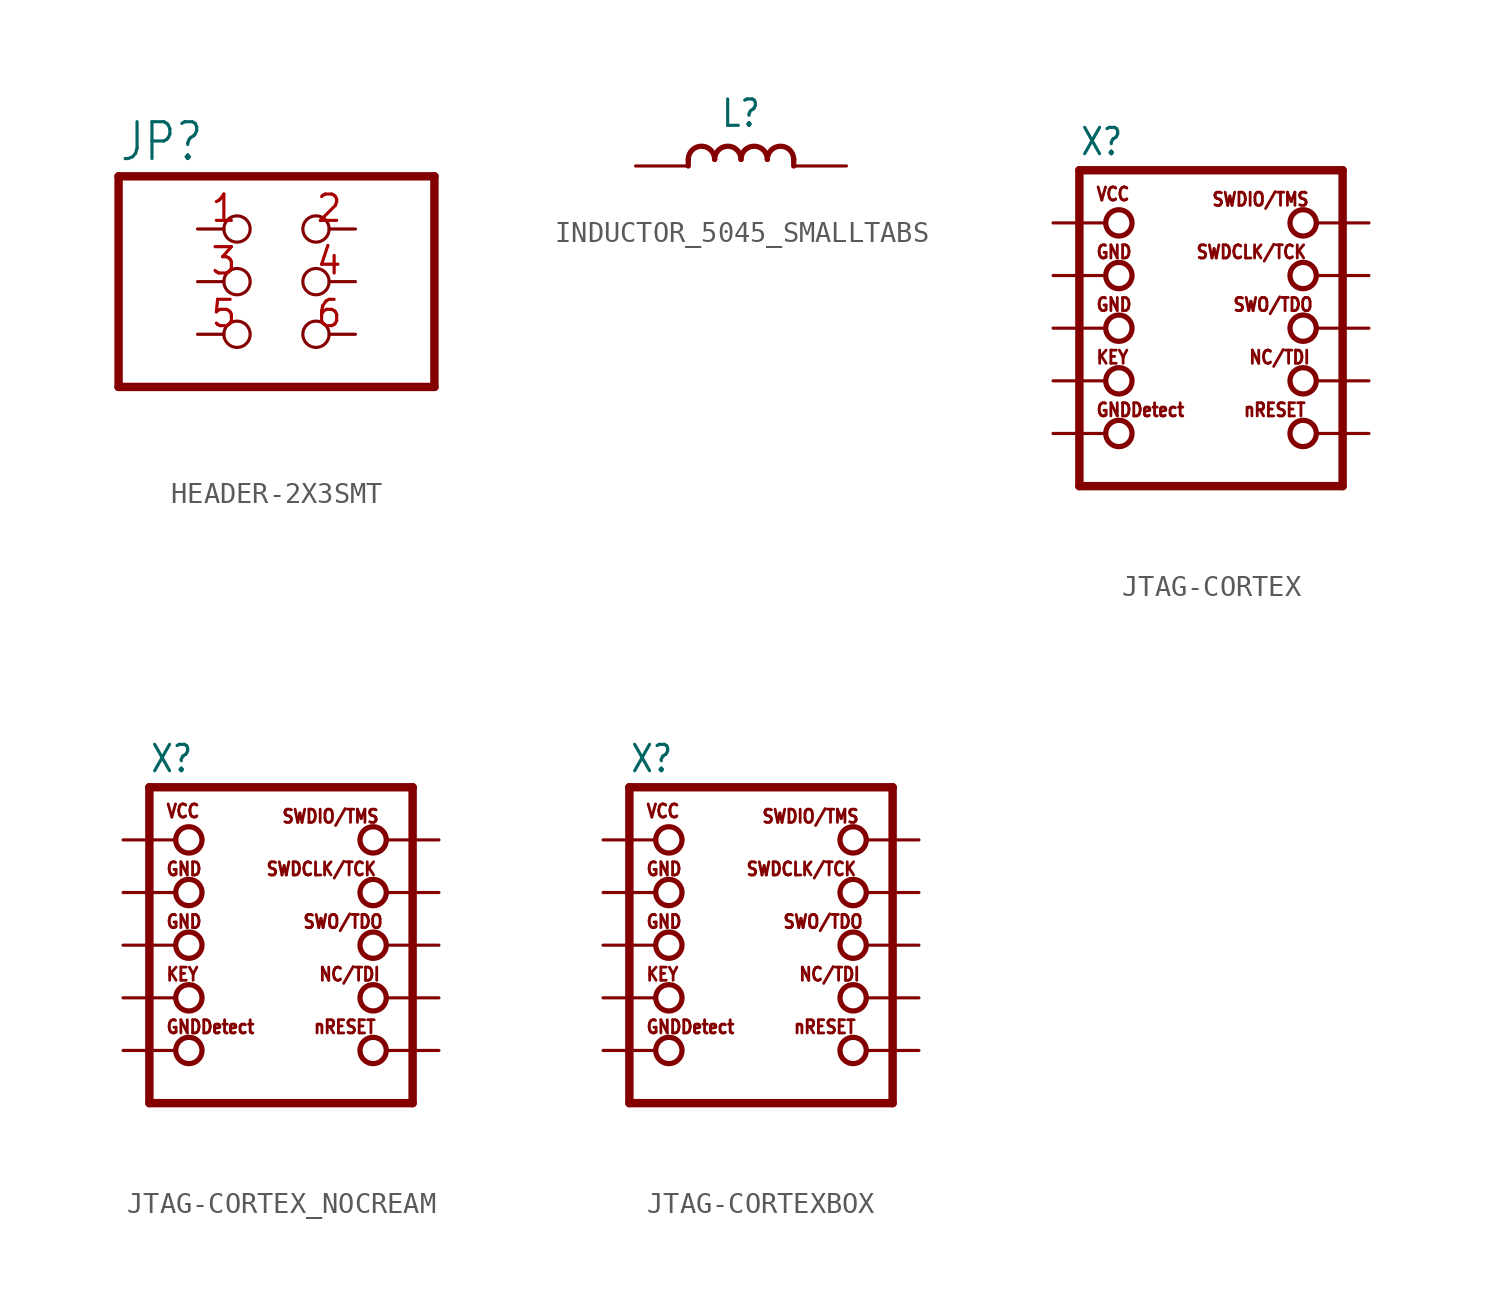
<source format=kicad_sym>
(kicad_symbol_lib
  (version 20220914)
  (generator kicad_symbol_editor)
  (symbol "HEADER-2X3SMT"
    (property "Reference" "JP"
      (at -8.89 5.715 0)
      (effects (font (size 1.778 1.511)) (justify left bottom)))
    (property "Value" ""
      (at -8.89 -7.62 0)
      (effects (font (size 1.778 1.511)) (justify left bottom)))
    (property "ki_locked" ""
      (at 0 0 0)
      (effects (font (size 1.27 1.27))))
    (symbol "HEADER-2X3SMT_1_0"
      (polyline (pts (xy -8.89 -5.08) (xy 6.35 -5.08)) (stroke (width 0.406) (type solid)) (fill (type none)))
      (polyline (pts (xy -8.89 5.08) (xy -8.89 -5.08)) (stroke (width 0.406) (type solid)) (fill (type none)))
      (polyline (pts (xy 6.35 -5.08) (xy 6.35 5.08)) (stroke (width 0.406) (type solid)) (fill (type none)))
      (polyline (pts (xy 6.35 5.08) (xy -8.89 5.08)) (stroke (width 0.406) (type solid)) (fill (type none)))
      (pin passive inverted (at -5.08 2.54 0) (length 2.54) (name "1" (effects (font (size 0 0)))) (number "1" (effects (font (size 1.27 1.27)))))
      (pin passive inverted (at 2.54 2.54 180) (length 2.54) (name "2" (effects (font (size 0 0)))) (number "2" (effects (font (size 1.27 1.27)))))
      (pin passive inverted (at -5.08 0 0) (length 2.54) (name "3" (effects (font (size 0 0)))) (number "3" (effects (font (size 1.27 1.27)))))
      (pin passive inverted (at 2.54 0 180) (length 2.54) (name "4" (effects (font (size 0 0)))) (number "4" (effects (font (size 1.27 1.27)))))
      (pin passive inverted (at -5.08 -2.54 0) (length 2.54) (name "5" (effects (font (size 0 0)))) (number "5" (effects (font (size 1.27 1.27)))))
      (pin passive inverted (at 2.54 -2.54 180) (length 2.54) (name "6" (effects (font (size 0 0)))) (number "6" (effects (font (size 1.27 1.27)))))))
  (symbol "INDUCTOR_5045_SMALLTABS"
    (property "Reference" "L"
      (at 0 2.54 0)
      (effects (font (size 1.27 1.079))))
    (property "Value" ""
      (at 0 -1.54 0)
      (effects (font (size 1.27 1.079))))
    (property "ki_locked" ""
      (at 0 0 0)
      (effects (font (size 1.27 1.27))))
    (symbol "INDUCTOR_5045_SMALLTABS_1_0"
      (arc (start -1.27 0.3173) (mid -1.9049 0.9524) (end -2.54 0.3175) (stroke (width 0.254) (type solid)) (fill (type none)))
      (polyline (pts (xy -2.54 0.318) (xy -2.54 0)) (stroke (width 0.254) (type solid)) (fill (type none)))
      (polyline (pts (xy 2.54 0.318) (xy 2.54 0)) (stroke (width 0.254) (type solid)) (fill (type none)))
      (arc (start 0 0.3173) (mid -0.6349 0.9524) (end -1.27 0.3175) (stroke (width 0.254) (type solid)) (fill (type none)))
      (arc (start 1.27 0.3173) (mid 0.6351 0.9524) (end 0 0.3175) (stroke (width 0.254) (type solid)) (fill (type none)))
      (arc (start 2.54 0.3173) (mid 1.9051 0.9524) (end 1.27 0.3175) (stroke (width 0.254) (type solid)) (fill (type none)))
      (pin passive line (at -5.08 0 0) (length 2.54) (name "1" (effects (font (size 0 0)))) (number "1" (effects (font (size 0 0)))))
      (pin passive line (at 5.08 0 180) (length 2.54) (name "2" (effects (font (size 0 0)))) (number "2" (effects (font (size 0 0)))))))
  (symbol "JTAG-CORTEX"
    (property "Reference" "X"
      (at -6.35 8.255 0)
      (effects (font (size 1.27 1.079)) (justify left bottom)))
    (property "Value" ""
      (at -6.35 -9.525 0)
      (effects (font (size 1.27 1.079)) (justify left bottom)))
    (property "ki_locked" ""
      (at 0 0 0)
      (effects (font (size 1.27 1.27))))
    (symbol "JTAG-CORTEX_1_0"
      (circle (center -4.445 -5.08) (radius 0.635) (stroke (width 0.254) (type solid)) (fill (type none)))
      (circle (center -4.445 -2.54) (radius 0.635) (stroke (width 0.254) (type solid)) (fill (type none)))
      (circle (center -4.445 0) (radius 0.635) (stroke (width 0.254) (type solid)) (fill (type none)))
      (circle (center -4.445 2.54) (radius 0.635) (stroke (width 0.254) (type solid)) (fill (type none)))
      (circle (center -4.445 5.08) (radius 0.635) (stroke (width 0.254) (type solid)) (fill (type none)))
      (polyline (pts (xy -6.35 7.62) (xy -6.35 -7.62)) (stroke (width 0.406) (type solid)) (fill (type none)))
      (polyline (pts (xy -6.35 7.62) (xy 6.35 7.62)) (stroke (width 0.406) (type solid)) (fill (type none)))
      (polyline (pts (xy 6.35 -7.62) (xy -6.35 -7.62)) (stroke (width 0.406) (type solid)) (fill (type none)))
      (polyline (pts (xy 6.35 -7.62) (xy 6.35 7.62)) (stroke (width 0.406) (type solid)) (fill (type none)))
      (circle (center 4.445 -5.08) (radius 0.635) (stroke (width 0.254) (type solid)) (fill (type none)))
      (circle (center 4.445 -2.54) (radius 0.635) (stroke (width 0.254) (type solid)) (fill (type none)))
      (circle (center 4.445 0) (radius 0.635) (stroke (width 0.254) (type solid)) (fill (type none)))
      (circle (center 4.445 2.54) (radius 0.635) (stroke (width 0.254) (type solid)) (fill (type none)))
      (circle (center 4.445 5.08) (radius 0.635) (stroke (width 0.254) (type solid)) (fill (type none)))
      (text "GND" (at -5.588 0.762 0) (effects (font (size 0.635 0.54)) (justify left bottom)))
      (text "GND" (at -5.588 3.302 0) (effects (font (size 0.635 0.54)) (justify left bottom)))
      (text "GNDDetect" (at -5.588 -4.318 0) (effects (font (size 0.635 0.54)) (justify left bottom)))
      (text "KEY" (at -5.588 -1.778 0) (effects (font (size 0.635 0.54)) (justify left bottom)))
      (text "NC/TDI" (at 1.778 -1.778 0) (effects (font (size 0.635 0.54)) (justify left bottom)))
      (text "nRESET" (at 1.524 -4.318 0) (effects (font (size 0.635 0.54)) (justify left bottom)))
      (text "SWDCLK/TCK" (at -0.762 3.302 0) (effects (font (size 0.635 0.54)) (justify left bottom)))
      (text "SWDIO/TMS" (at 0 5.842 0) (effects (font (size 0.635 0.54)) (justify left bottom)))
      (text "SWO/TDO" (at 1.016 0.762 0) (effects (font (size 0.635 0.54)) (justify left bottom)))
      (text "VCC" (at -5.588 6.096 0) (effects (font (size 0.635 0.54)) (justify left bottom)))
      (pin power_in line (at -7.62 5.08 0) (length 2.54) (name "VCC" (effects (font (size 0 0)))) (number "1" (effects (font (size 0 0)))))
      (pin bidirectional line (at 7.62 -5.08 180) (length 2.54) (name "NRESET" (effects (font (size 0 0)))) (number "10" (effects (font (size 0 0)))))
      (pin bidirectional line (at 7.62 5.08 180) (length 2.54) (name "SWDIO" (effects (font (size 0 0)))) (number "2" (effects (font (size 0 0)))))
      (pin power_in line (at -7.62 2.54 0) (length 2.54) (name "GND@1" (effects (font (size 0 0)))) (number "3" (effects (font (size 0 0)))))
      (pin bidirectional line (at 7.62 2.54 180) (length 2.54) (name "SWDCLK" (effects (font (size 0 0)))) (number "4" (effects (font (size 0 0)))))
      (pin power_in line (at -7.62 0 0) (length 2.54) (name "GND@2" (effects (font (size 0 0)))) (number "5" (effects (font (size 0 0)))))
      (pin bidirectional line (at 7.62 0 180) (length 2.54) (name "SWO" (effects (font (size 0 0)))) (number "6" (effects (font (size 0 0)))))
      (pin bidirectional line (at -7.62 -2.54 0) (length 2.54) (name "KEY" (effects (font (size 0 0)))) (number "7" (effects (font (size 0 0)))))
      (pin bidirectional line (at 7.62 -2.54 180) (length 2.54) (name "TDI" (effects (font (size 0 0)))) (number "8" (effects (font (size 0 0)))))
      (pin bidirectional line (at -7.62 -5.08 0) (length 2.54) (name "GNDDETECT" (effects (font (size 0 0)))) (number "9" (effects (font (size 0 0)))))))
  (symbol "JTAG-CORTEX_NOCREAM"
    (property "Reference" "X"
      (at -6.35 8.255 0)
      (effects (font (size 1.27 1.079)) (justify left bottom)))
    (property "Value" ""
      (at -6.35 -9.525 0)
      (effects (font (size 1.27 1.079)) (justify left bottom)))
    (property "ki_locked" ""
      (at 0 0 0)
      (effects (font (size 1.27 1.27))))
    (symbol "JTAG-CORTEX_NOCREAM_1_0"
      (circle (center -4.445 -5.08) (radius 0.635) (stroke (width 0.254) (type solid)) (fill (type none)))
      (circle (center -4.445 -2.54) (radius 0.635) (stroke (width 0.254) (type solid)) (fill (type none)))
      (circle (center -4.445 0) (radius 0.635) (stroke (width 0.254) (type solid)) (fill (type none)))
      (circle (center -4.445 2.54) (radius 0.635) (stroke (width 0.254) (type solid)) (fill (type none)))
      (circle (center -4.445 5.08) (radius 0.635) (stroke (width 0.254) (type solid)) (fill (type none)))
      (polyline (pts (xy -6.35 7.62) (xy -6.35 -7.62)) (stroke (width 0.406) (type solid)) (fill (type none)))
      (polyline (pts (xy -6.35 7.62) (xy 6.35 7.62)) (stroke (width 0.406) (type solid)) (fill (type none)))
      (polyline (pts (xy 6.35 -7.62) (xy -6.35 -7.62)) (stroke (width 0.406) (type solid)) (fill (type none)))
      (polyline (pts (xy 6.35 -7.62) (xy 6.35 7.62)) (stroke (width 0.406) (type solid)) (fill (type none)))
      (circle (center 4.445 -5.08) (radius 0.635) (stroke (width 0.254) (type solid)) (fill (type none)))
      (circle (center 4.445 -2.54) (radius 0.635) (stroke (width 0.254) (type solid)) (fill (type none)))
      (circle (center 4.445 0) (radius 0.635) (stroke (width 0.254) (type solid)) (fill (type none)))
      (circle (center 4.445 2.54) (radius 0.635) (stroke (width 0.254) (type solid)) (fill (type none)))
      (circle (center 4.445 5.08) (radius 0.635) (stroke (width 0.254) (type solid)) (fill (type none)))
      (text "GND" (at -5.588 0.762 0) (effects (font (size 0.635 0.54)) (justify left bottom)))
      (text "GND" (at -5.588 3.302 0) (effects (font (size 0.635 0.54)) (justify left bottom)))
      (text "GNDDetect" (at -5.588 -4.318 0) (effects (font (size 0.635 0.54)) (justify left bottom)))
      (text "KEY" (at -5.588 -1.778 0) (effects (font (size 0.635 0.54)) (justify left bottom)))
      (text "NC/TDI" (at 1.778 -1.778 0) (effects (font (size 0.635 0.54)) (justify left bottom)))
      (text "nRESET" (at 1.524 -4.318 0) (effects (font (size 0.635 0.54)) (justify left bottom)))
      (text "SWDCLK/TCK" (at -0.762 3.302 0) (effects (font (size 0.635 0.54)) (justify left bottom)))
      (text "SWDIO/TMS" (at 0 5.842 0) (effects (font (size 0.635 0.54)) (justify left bottom)))
      (text "SWO/TDO" (at 1.016 0.762 0) (effects (font (size 0.635 0.54)) (justify left bottom)))
      (text "VCC" (at -5.588 6.096 0) (effects (font (size 0.635 0.54)) (justify left bottom)))
      (pin power_in line (at -7.62 5.08 0) (length 2.54) (name "VCC" (effects (font (size 0 0)))) (number "1" (effects (font (size 0 0)))))
      (pin bidirectional line (at 7.62 -5.08 180) (length 2.54) (name "NRESET" (effects (font (size 0 0)))) (number "10" (effects (font (size 0 0)))))
      (pin bidirectional line (at 7.62 5.08 180) (length 2.54) (name "SWDIO" (effects (font (size 0 0)))) (number "2" (effects (font (size 0 0)))))
      (pin power_in line (at -7.62 2.54 0) (length 2.54) (name "GND@1" (effects (font (size 0 0)))) (number "3" (effects (font (size 0 0)))))
      (pin bidirectional line (at 7.62 2.54 180) (length 2.54) (name "SWDCLK" (effects (font (size 0 0)))) (number "4" (effects (font (size 0 0)))))
      (pin power_in line (at -7.62 0 0) (length 2.54) (name "GND@2" (effects (font (size 0 0)))) (number "5" (effects (font (size 0 0)))))
      (pin bidirectional line (at 7.62 0 180) (length 2.54) (name "SWO" (effects (font (size 0 0)))) (number "6" (effects (font (size 0 0)))))
      (pin bidirectional line (at -7.62 -2.54 0) (length 2.54) (name "KEY" (effects (font (size 0 0)))) (number "7" (effects (font (size 0 0)))))
      (pin bidirectional line (at 7.62 -2.54 180) (length 2.54) (name "TDI" (effects (font (size 0 0)))) (number "8" (effects (font (size 0 0)))))
      (pin bidirectional line (at -7.62 -5.08 0) (length 2.54) (name "GNDDETECT" (effects (font (size 0 0)))) (number "9" (effects (font (size 0 0)))))))
  (symbol "JTAG-CORTEXBOX"
    (property "Reference" "X"
      (at -6.35 8.255 0)
      (effects (font (size 1.27 1.079)) (justify left bottom)))
    (property "Value" ""
      (at -6.35 -9.525 0)
      (effects (font (size 1.27 1.079)) (justify left bottom)))
    (property "ki_locked" ""
      (at 0 0 0)
      (effects (font (size 1.27 1.27))))
    (symbol "JTAG-CORTEXBOX_1_0"
      (circle (center -4.445 -5.08) (radius 0.635) (stroke (width 0.254) (type solid)) (fill (type none)))
      (circle (center -4.445 -2.54) (radius 0.635) (stroke (width 0.254) (type solid)) (fill (type none)))
      (circle (center -4.445 0) (radius 0.635) (stroke (width 0.254) (type solid)) (fill (type none)))
      (circle (center -4.445 2.54) (radius 0.635) (stroke (width 0.254) (type solid)) (fill (type none)))
      (circle (center -4.445 5.08) (radius 0.635) (stroke (width 0.254) (type solid)) (fill (type none)))
      (polyline (pts (xy -6.35 7.62) (xy -6.35 -7.62)) (stroke (width 0.406) (type solid)) (fill (type none)))
      (polyline (pts (xy -6.35 7.62) (xy 6.35 7.62)) (stroke (width 0.406) (type solid)) (fill (type none)))
      (polyline (pts (xy 6.35 -7.62) (xy -6.35 -7.62)) (stroke (width 0.406) (type solid)) (fill (type none)))
      (polyline (pts (xy 6.35 -7.62) (xy 6.35 7.62)) (stroke (width 0.406) (type solid)) (fill (type none)))
      (circle (center 4.445 -5.08) (radius 0.635) (stroke (width 0.254) (type solid)) (fill (type none)))
      (circle (center 4.445 -2.54) (radius 0.635) (stroke (width 0.254) (type solid)) (fill (type none)))
      (circle (center 4.445 0) (radius 0.635) (stroke (width 0.254) (type solid)) (fill (type none)))
      (circle (center 4.445 2.54) (radius 0.635) (stroke (width 0.254) (type solid)) (fill (type none)))
      (circle (center 4.445 5.08) (radius 0.635) (stroke (width 0.254) (type solid)) (fill (type none)))
      (text "GND" (at -5.588 0.762 0) (effects (font (size 0.635 0.54)) (justify left bottom)))
      (text "GND" (at -5.588 3.302 0) (effects (font (size 0.635 0.54)) (justify left bottom)))
      (text "GNDDetect" (at -5.588 -4.318 0) (effects (font (size 0.635 0.54)) (justify left bottom)))
      (text "KEY" (at -5.588 -1.778 0) (effects (font (size 0.635 0.54)) (justify left bottom)))
      (text "NC/TDI" (at 1.778 -1.778 0) (effects (font (size 0.635 0.54)) (justify left bottom)))
      (text "nRESET" (at 1.524 -4.318 0) (effects (font (size 0.635 0.54)) (justify left bottom)))
      (text "SWDCLK/TCK" (at -0.762 3.302 0) (effects (font (size 0.635 0.54)) (justify left bottom)))
      (text "SWDIO/TMS" (at 0 5.842 0) (effects (font (size 0.635 0.54)) (justify left bottom)))
      (text "SWO/TDO" (at 1.016 0.762 0) (effects (font (size 0.635 0.54)) (justify left bottom)))
      (text "VCC" (at -5.588 6.096 0) (effects (font (size 0.635 0.54)) (justify left bottom)))
      (pin power_in line (at -7.62 5.08 0) (length 2.54) (name "VCC" (effects (font (size 0 0)))) (number "1" (effects (font (size 0 0)))))
      (pin bidirectional line (at 7.62 -5.08 180) (length 2.54) (name "NRESET" (effects (font (size 0 0)))) (number "10" (effects (font (size 0 0)))))
      (pin bidirectional line (at 7.62 5.08 180) (length 2.54) (name "SWDIO" (effects (font (size 0 0)))) (number "2" (effects (font (size 0 0)))))
      (pin power_in line (at -7.62 2.54 0) (length 2.54) (name "GND@1" (effects (font (size 0 0)))) (number "3" (effects (font (size 0 0)))))
      (pin bidirectional line (at 7.62 2.54 180) (length 2.54) (name "SWDCLK" (effects (font (size 0 0)))) (number "4" (effects (font (size 0 0)))))
      (pin power_in line (at -7.62 0 0) (length 2.54) (name "GND@2" (effects (font (size 0 0)))) (number "5" (effects (font (size 0 0)))))
      (pin bidirectional line (at 7.62 0 180) (length 2.54) (name "SWO" (effects (font (size 0 0)))) (number "6" (effects (font (size 0 0)))))
      (pin bidirectional line (at -7.62 -2.54 0) (length 2.54) (name "KEY" (effects (font (size 0 0)))) (number "7" (effects (font (size 0 0)))))
      (pin bidirectional line (at 7.62 -2.54 180) (length 2.54) (name "TDI" (effects (font (size 0 0)))) (number "8" (effects (font (size 0 0)))))
      (pin bidirectional line (at -7.62 -5.08 0) (length 2.54) (name "GNDDETECT" (effects (font (size 0 0)))) (number "9" (effects (font (size 0 0))))))))
</source>
